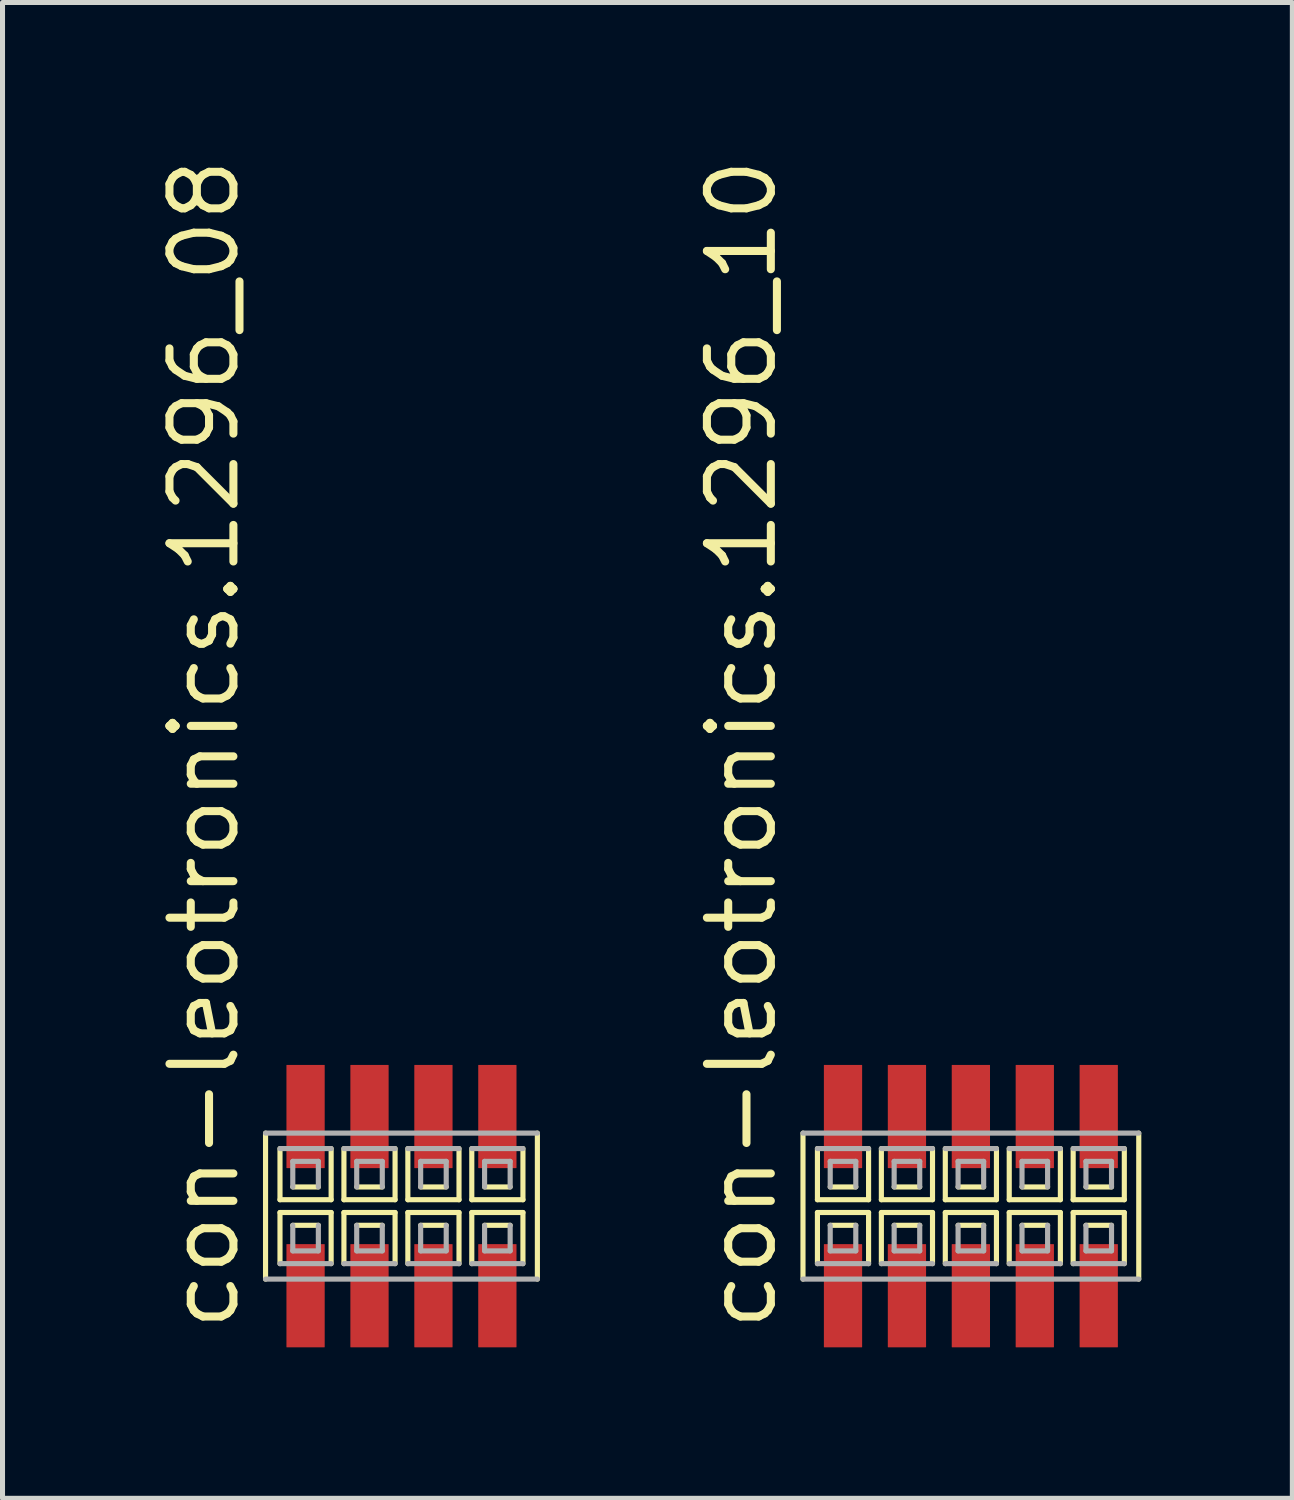
<source format=kicad_pcb>
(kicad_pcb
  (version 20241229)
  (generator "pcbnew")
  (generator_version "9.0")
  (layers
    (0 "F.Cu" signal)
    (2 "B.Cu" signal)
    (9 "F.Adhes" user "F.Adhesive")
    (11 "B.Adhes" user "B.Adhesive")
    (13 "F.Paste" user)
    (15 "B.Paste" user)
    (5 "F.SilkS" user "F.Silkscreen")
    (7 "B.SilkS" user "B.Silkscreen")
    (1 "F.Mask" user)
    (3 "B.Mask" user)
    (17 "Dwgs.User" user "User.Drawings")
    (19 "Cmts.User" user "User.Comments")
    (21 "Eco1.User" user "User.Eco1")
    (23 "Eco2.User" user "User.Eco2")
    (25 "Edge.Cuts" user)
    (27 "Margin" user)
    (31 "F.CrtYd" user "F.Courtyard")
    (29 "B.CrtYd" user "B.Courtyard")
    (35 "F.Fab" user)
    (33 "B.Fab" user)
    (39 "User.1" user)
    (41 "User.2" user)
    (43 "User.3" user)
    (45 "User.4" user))
  (footprint "con-leotronics.1296_08"
    (layer "F.Cu")
    (at 4.925 20.909)
    (property "Reference" "con-leotronics.1296_08" (at -3.175 2.54 90) (layer "F.SilkS") (effects (font (size 1.27 1.27) (thickness 0.16)) (justify left bottom)))
    (attr smd)
    (fp_line (start -2.7 -1.45) (end -2.7 1.45) (stroke (width 0.102) (type default)) (layer "F.SilkS"))
    (fp_line (start -2.413 -1.143) (end -2.413 -0.127) (stroke (width 0.102) (type default)) (layer "F.SilkS"))
    (fp_line (start -2.413 -0.127) (end -1.397 -0.127) (stroke (width 0.102) (type default)) (layer "F.SilkS"))
    (fp_line (start -2.413 0.127) (end -2.413 1.143) (stroke (width 0.102) (type default)) (layer "F.SilkS"))
    (fp_line (start -2.159 -0.381) (end -1.651 -0.381) (stroke (width 0.102) (type default)) (layer "F.SilkS"))
    (fp_line (start -1.651 0.381) (end -2.159 0.381) (stroke (width 0.102) (type default)) (layer "F.SilkS"))
    (fp_line (start -1.397 -0.127) (end -1.397 -1.143) (stroke (width 0.102) (type default)) (layer "F.SilkS"))
    (fp_line (start -1.397 0.127) (end -2.413 0.127) (stroke (width 0.102) (type default)) (layer "F.SilkS"))
    (fp_line (start -1.397 1.143) (end -1.397 0.127) (stroke (width 0.102) (type default)) (layer "F.SilkS"))
    (fp_line (start -1.143 -1.143) (end -1.143 -0.127) (stroke (width 0.102) (type default)) (layer "F.SilkS"))
    (fp_line (start -1.143 -0.127) (end -0.127 -0.127) (stroke (width 0.102) (type default)) (layer "F.SilkS"))
    (fp_line (start -1.143 0.127) (end -1.143 1.143) (stroke (width 0.102) (type default)) (layer "F.SilkS"))
    (fp_line (start -0.889 -0.381) (end -0.381 -0.381) (stroke (width 0.102) (type default)) (layer "F.SilkS"))
    (fp_line (start -0.381 0.381) (end -0.889 0.381) (stroke (width 0.102) (type default)) (layer "F.SilkS"))
    (fp_line (start -0.127 -0.127) (end -0.127 -1.143) (stroke (width 0.102) (type default)) (layer "F.SilkS"))
    (fp_line (start -0.127 0.127) (end -1.143 0.127) (stroke (width 0.102) (type default)) (layer "F.SilkS"))
    (fp_line (start -0.127 1.143) (end -0.127 0.127) (stroke (width 0.102) (type default)) (layer "F.SilkS"))
    (fp_line (start 0.127 -1.143) (end 0.127 -0.127) (stroke (width 0.102) (type default)) (layer "F.SilkS"))
    (fp_line (start 0.127 -0.127) (end 1.143 -0.127) (stroke (width 0.102) (type default)) (layer "F.SilkS"))
    (fp_line (start 0.127 0.127) (end 0.127 1.143) (stroke (width 0.102) (type default)) (layer "F.SilkS"))
    (fp_line (start 0.381 -0.381) (end 0.889 -0.381) (stroke (width 0.102) (type default)) (layer "F.SilkS"))
    (fp_line (start 0.889 0.381) (end 0.381 0.381) (stroke (width 0.102) (type default)) (layer "F.SilkS"))
    (fp_line (start 1.143 -0.127) (end 1.143 -1.143) (stroke (width 0.102) (type default)) (layer "F.SilkS"))
    (fp_line (start 1.143 0.127) (end 0.127 0.127) (stroke (width 0.102) (type default)) (layer "F.SilkS"))
    (fp_line (start 1.143 1.143) (end 1.143 0.127) (stroke (width 0.102) (type default)) (layer "F.SilkS"))
    (fp_line (start 1.397 -1.143) (end 1.397 -0.127) (stroke (width 0.102) (type default)) (layer "F.SilkS"))
    (fp_line (start 1.397 -0.127) (end 2.413 -0.127) (stroke (width 0.102) (type default)) (layer "F.SilkS"))
    (fp_line (start 1.397 0.127) (end 1.397 1.143) (stroke (width 0.102) (type default)) (layer "F.SilkS"))
    (fp_line (start 1.651 -0.381) (end 2.159 -0.381) (stroke (width 0.102) (type default)) (layer "F.SilkS"))
    (fp_line (start 2.159 0.381) (end 1.651 0.381) (stroke (width 0.102) (type default)) (layer "F.SilkS"))
    (fp_line (start 2.413 -0.127) (end 2.413 -1.143) (stroke (width 0.102) (type default)) (layer "F.SilkS"))
    (fp_line (start 2.413 0.127) (end 1.397 0.127) (stroke (width 0.102) (type default)) (layer "F.SilkS"))
    (fp_line (start 2.413 1.143) (end 2.413 0.127) (stroke (width 0.102) (type default)) (layer "F.SilkS"))
    (fp_line (start 2.7 1.45) (end 2.7 -1.45) (stroke (width 0.102) (type default)) (layer "F.SilkS"))
    (fp_line (start -2.7 1.45) (end 2.7 1.45) (stroke (width 0.102) (type default)) (layer "F.Fab"))
    (fp_line (start -2.413 1.143) (end -1.397 1.143) (stroke (width 0.102) (type default)) (layer "F.Fab"))
    (fp_line (start -2.159 -0.889) (end -2.159 -0.381) (stroke (width 0.102) (type default)) (layer "F.Fab"))
    (fp_line (start -2.159 0.381) (end -2.159 0.889) (stroke (width 0.102) (type default)) (layer "F.Fab"))
    (fp_line (start -2.159 0.889) (end -1.651 0.889) (stroke (width 0.102) (type default)) (layer "F.Fab"))
    (fp_line (start -1.651 -0.889) (end -2.159 -0.889) (stroke (width 0.102) (type default)) (layer "F.Fab"))
    (fp_line (start -1.651 -0.381) (end -1.651 -0.889) (stroke (width 0.102) (type default)) (layer "F.Fab"))
    (fp_line (start -1.651 0.889) (end -1.651 0.381) (stroke (width 0.102) (type default)) (layer "F.Fab"))
    (fp_line (start -1.397 -1.143) (end -2.413 -1.143) (stroke (width 0.102) (type default)) (layer "F.Fab"))
    (fp_line (start -1.143 1.143) (end -0.127 1.143) (stroke (width 0.102) (type default)) (layer "F.Fab"))
    (fp_line (start -0.889 -0.889) (end -0.889 -0.381) (stroke (width 0.102) (type default)) (layer "F.Fab"))
    (fp_line (start -0.889 0.381) (end -0.889 0.889) (stroke (width 0.102) (type default)) (layer "F.Fab"))
    (fp_line (start -0.889 0.889) (end -0.381 0.889) (stroke (width 0.102) (type default)) (layer "F.Fab"))
    (fp_line (start -0.381 -0.889) (end -0.889 -0.889) (stroke (width 0.102) (type default)) (layer "F.Fab"))
    (fp_line (start -0.381 -0.381) (end -0.381 -0.889) (stroke (width 0.102) (type default)) (layer "F.Fab"))
    (fp_line (start -0.381 0.889) (end -0.381 0.381) (stroke (width 0.102) (type default)) (layer "F.Fab"))
    (fp_line (start -0.127 -1.143) (end -1.143 -1.143) (stroke (width 0.102) (type default)) (layer "F.Fab"))
    (fp_line (start 0.127 1.143) (end 1.143 1.143) (stroke (width 0.102) (type default)) (layer "F.Fab"))
    (fp_line (start 0.381 -0.889) (end 0.381 -0.381) (stroke (width 0.102) (type default)) (layer "F.Fab"))
    (fp_line (start 0.381 0.381) (end 0.381 0.889) (stroke (width 0.102) (type default)) (layer "F.Fab"))
    (fp_line (start 0.381 0.889) (end 0.889 0.889) (stroke (width 0.102) (type default)) (layer "F.Fab"))
    (fp_line (start 0.889 -0.889) (end 0.381 -0.889) (stroke (width 0.102) (type default)) (layer "F.Fab"))
    (fp_line (start 0.889 -0.381) (end 0.889 -0.889) (stroke (width 0.102) (type default)) (layer "F.Fab"))
    (fp_line (start 0.889 0.889) (end 0.889 0.381) (stroke (width 0.102) (type default)) (layer "F.Fab"))
    (fp_line (start 1.143 -1.143) (end 0.127 -1.143) (stroke (width 0.102) (type default)) (layer "F.Fab"))
    (fp_line (start 1.397 1.143) (end 2.413 1.143) (stroke (width 0.102) (type default)) (layer "F.Fab"))
    (fp_line (start 1.651 -0.889) (end 1.651 -0.381) (stroke (width 0.102) (type default)) (layer "F.Fab"))
    (fp_line (start 1.651 0.381) (end 1.651 0.889) (stroke (width 0.102) (type default)) (layer "F.Fab"))
    (fp_line (start 1.651 0.889) (end 2.159 0.889) (stroke (width 0.102) (type default)) (layer "F.Fab"))
    (fp_line (start 2.159 -0.889) (end 1.651 -0.889) (stroke (width 0.102) (type default)) (layer "F.Fab"))
    (fp_line (start 2.159 -0.381) (end 2.159 -0.889) (stroke (width 0.102) (type default)) (layer "F.Fab"))
    (fp_line (start 2.159 0.889) (end 2.159 0.381) (stroke (width 0.102) (type default)) (layer "F.Fab"))
    (fp_line (start 2.413 -1.143) (end 1.397 -1.143) (stroke (width 0.102) (type default)) (layer "F.Fab"))
    (fp_line (start 2.7 -1.45) (end -2.7 -1.45) (stroke (width 0.102) (type default)) (layer "F.Fab"))
    (pad "1" smd roundrect (at -1.905 1.78) (size 0.76 2.05) (layers "F.Cu" "F.Mask" "F.Paste") (roundrect_rratio 0.01))
    (pad "2" smd roundrect (at -1.905 -1.78) (size 0.76 2.05) (layers "F.Cu" "F.Mask" "F.Paste") (roundrect_rratio 0.01))
    (pad "3" smd roundrect (at -0.635 1.78) (size 0.76 2.05) (layers "F.Cu" "F.Mask" "F.Paste") (roundrect_rratio 0.01))
    (pad "4" smd roundrect (at -0.635 -1.78) (size 0.76 2.05) (layers "F.Cu" "F.Mask" "F.Paste") (roundrect_rratio 0.01))
    (pad "5" smd roundrect (at 0.635 1.78) (size 0.76 2.05) (layers "F.Cu" "F.Mask" "F.Paste") (roundrect_rratio 0.01))
    (pad "6" smd roundrect (at 0.635 -1.78) (size 0.76 2.05) (layers "F.Cu" "F.Mask" "F.Paste") (roundrect_rratio 0.01))
    (pad "7" smd roundrect (at 1.905 1.78) (size 0.76 2.05) (layers "F.Cu" "F.Mask" "F.Paste") (roundrect_rratio 0.01))
    (pad "8" smd roundrect (at 1.905 -1.78) (size 0.76 2.05) (layers "F.Cu" "F.Mask" "F.Paste") (roundrect_rratio 0.01)))
  (footprint "con-leotronics.1296_10"
    (layer "F.Cu")
    (at 16.236 20.909)
    (property "Reference" "con-leotronics.1296_10" (at -3.81 2.54 90) (layer "F.SilkS") (effects (font (size 1.27 1.27) (thickness 0.16)) (justify left bottom)))
    (attr smd)
    (fp_line (start -3.335 -1.45) (end -3.335 1.45) (stroke (width 0.102) (type default)) (layer "F.SilkS"))
    (fp_line (start -3.048 -1.143) (end -3.048 -0.127) (stroke (width 0.102) (type default)) (layer "F.SilkS"))
    (fp_line (start -3.048 -0.127) (end -2.032 -0.127) (stroke (width 0.102) (type default)) (layer "F.SilkS"))
    (fp_line (start -3.048 0.127) (end -3.048 1.143) (stroke (width 0.102) (type default)) (layer "F.SilkS"))
    (fp_line (start -2.794 -0.381) (end -2.286 -0.381) (stroke (width 0.102) (type default)) (layer "F.SilkS"))
    (fp_line (start -2.286 0.381) (end -2.794 0.381) (stroke (width 0.102) (type default)) (layer "F.SilkS"))
    (fp_line (start -2.032 -0.127) (end -2.032 -1.143) (stroke (width 0.102) (type default)) (layer "F.SilkS"))
    (fp_line (start -2.032 0.127) (end -3.048 0.127) (stroke (width 0.102) (type default)) (layer "F.SilkS"))
    (fp_line (start -2.032 1.143) (end -2.032 0.127) (stroke (width 0.102) (type default)) (layer "F.SilkS"))
    (fp_line (start -1.778 -1.143) (end -1.778 -0.127) (stroke (width 0.102) (type default)) (layer "F.SilkS"))
    (fp_line (start -1.778 -0.127) (end -0.762 -0.127) (stroke (width 0.102) (type default)) (layer "F.SilkS"))
    (fp_line (start -1.778 0.127) (end -1.778 1.143) (stroke (width 0.102) (type default)) (layer "F.SilkS"))
    (fp_line (start -1.524 -0.381) (end -1.016 -0.381) (stroke (width 0.102) (type default)) (layer "F.SilkS"))
    (fp_line (start -1.016 0.381) (end -1.524 0.381) (stroke (width 0.102) (type default)) (layer "F.SilkS"))
    (fp_line (start -0.762 -0.127) (end -0.762 -1.143) (stroke (width 0.102) (type default)) (layer "F.SilkS"))
    (fp_line (start -0.762 0.127) (end -1.778 0.127) (stroke (width 0.102) (type default)) (layer "F.SilkS"))
    (fp_line (start -0.762 1.143) (end -0.762 0.127) (stroke (width 0.102) (type default)) (layer "F.SilkS"))
    (fp_line (start -0.508 -1.143) (end -0.508 -0.127) (stroke (width 0.102) (type default)) (layer "F.SilkS"))
    (fp_line (start -0.508 -0.127) (end 0.508 -0.127) (stroke (width 0.102) (type default)) (layer "F.SilkS"))
    (fp_line (start -0.508 0.127) (end -0.508 1.143) (stroke (width 0.102) (type default)) (layer "F.SilkS"))
    (fp_line (start -0.254 -0.381) (end 0.254 -0.381) (stroke (width 0.102) (type default)) (layer "F.SilkS"))
    (fp_line (start 0.254 0.381) (end -0.254 0.381) (stroke (width 0.102) (type default)) (layer "F.SilkS"))
    (fp_line (start 0.508 -0.127) (end 0.508 -1.143) (stroke (width 0.102) (type default)) (layer "F.SilkS"))
    (fp_line (start 0.508 0.127) (end -0.508 0.127) (stroke (width 0.102) (type default)) (layer "F.SilkS"))
    (fp_line (start 0.508 1.143) (end 0.508 0.127) (stroke (width 0.102) (type default)) (layer "F.SilkS"))
    (fp_line (start 0.762 -1.143) (end 0.762 -0.127) (stroke (width 0.102) (type default)) (layer "F.SilkS"))
    (fp_line (start 0.762 -0.127) (end 1.778 -0.127) (stroke (width 0.102) (type default)) (layer "F.SilkS"))
    (fp_line (start 0.762 0.127) (end 0.762 1.143) (stroke (width 0.102) (type default)) (layer "F.SilkS"))
    (fp_line (start 1.016 -0.381) (end 1.524 -0.381) (stroke (width 0.102) (type default)) (layer "F.SilkS"))
    (fp_line (start 1.524 0.381) (end 1.016 0.381) (stroke (width 0.102) (type default)) (layer "F.SilkS"))
    (fp_line (start 1.778 -0.127) (end 1.778 -1.143) (stroke (width 0.102) (type default)) (layer "F.SilkS"))
    (fp_line (start 1.778 0.127) (end 0.762 0.127) (stroke (width 0.102) (type default)) (layer "F.SilkS"))
    (fp_line (start 1.778 1.143) (end 1.778 0.127) (stroke (width 0.102) (type default)) (layer "F.SilkS"))
    (fp_line (start 2.032 -1.143) (end 2.032 -0.127) (stroke (width 0.102) (type default)) (layer "F.SilkS"))
    (fp_line (start 2.032 -0.127) (end 3.048 -0.127) (stroke (width 0.102) (type default)) (layer "F.SilkS"))
    (fp_line (start 2.032 0.127) (end 2.032 1.143) (stroke (width 0.102) (type default)) (layer "F.SilkS"))
    (fp_line (start 2.286 -0.381) (end 2.794 -0.381) (stroke (width 0.102) (type default)) (layer "F.SilkS"))
    (fp_line (start 2.794 0.381) (end 2.286 0.381) (stroke (width 0.102) (type default)) (layer "F.SilkS"))
    (fp_line (start 3.048 -0.127) (end 3.048 -1.143) (stroke (width 0.102) (type default)) (layer "F.SilkS"))
    (fp_line (start 3.048 0.127) (end 2.032 0.127) (stroke (width 0.102) (type default)) (layer "F.SilkS"))
    (fp_line (start 3.048 1.143) (end 3.048 0.127) (stroke (width 0.102) (type default)) (layer "F.SilkS"))
    (fp_line (start 3.335 1.45) (end 3.335 -1.45) (stroke (width 0.102) (type default)) (layer "F.SilkS"))
    (fp_line (start -3.335 1.45) (end 3.335 1.45) (stroke (width 0.102) (type default)) (layer "F.Fab"))
    (fp_line (start -3.048 1.143) (end -2.032 1.143) (stroke (width 0.102) (type default)) (layer "F.Fab"))
    (fp_line (start -2.794 -0.889) (end -2.794 -0.381) (stroke (width 0.102) (type default)) (layer "F.Fab"))
    (fp_line (start -2.794 0.381) (end -2.794 0.889) (stroke (width 0.102) (type default)) (layer "F.Fab"))
    (fp_line (start -2.794 0.889) (end -2.286 0.889) (stroke (width 0.102) (type default)) (layer "F.Fab"))
    (fp_line (start -2.286 -0.889) (end -2.794 -0.889) (stroke (width 0.102) (type default)) (layer "F.Fab"))
    (fp_line (start -2.286 -0.381) (end -2.286 -0.889) (stroke (width 0.102) (type default)) (layer "F.Fab"))
    (fp_line (start -2.286 0.889) (end -2.286 0.381) (stroke (width 0.102) (type default)) (layer "F.Fab"))
    (fp_line (start -2.032 -1.143) (end -3.048 -1.143) (stroke (width 0.102) (type default)) (layer "F.Fab"))
    (fp_line (start -1.778 1.143) (end -0.762 1.143) (stroke (width 0.102) (type default)) (layer "F.Fab"))
    (fp_line (start -1.524 -0.889) (end -1.524 -0.381) (stroke (width 0.102) (type default)) (layer "F.Fab"))
    (fp_line (start -1.524 0.381) (end -1.524 0.889) (stroke (width 0.102) (type default)) (layer "F.Fab"))
    (fp_line (start -1.524 0.889) (end -1.016 0.889) (stroke (width 0.102) (type default)) (layer "F.Fab"))
    (fp_line (start -1.016 -0.889) (end -1.524 -0.889) (stroke (width 0.102) (type default)) (layer "F.Fab"))
    (fp_line (start -1.016 -0.381) (end -1.016 -0.889) (stroke (width 0.102) (type default)) (layer "F.Fab"))
    (fp_line (start -1.016 0.889) (end -1.016 0.381) (stroke (width 0.102) (type default)) (layer "F.Fab"))
    (fp_line (start -0.762 -1.143) (end -1.778 -1.143) (stroke (width 0.102) (type default)) (layer "F.Fab"))
    (fp_line (start -0.508 1.143) (end 0.508 1.143) (stroke (width 0.102) (type default)) (layer "F.Fab"))
    (fp_line (start -0.254 -0.889) (end -0.254 -0.381) (stroke (width 0.102) (type default)) (layer "F.Fab"))
    (fp_line (start -0.254 0.381) (end -0.254 0.889) (stroke (width 0.102) (type default)) (layer "F.Fab"))
    (fp_line (start -0.254 0.889) (end 0.254 0.889) (stroke (width 0.102) (type default)) (layer "F.Fab"))
    (fp_line (start 0.254 -0.889) (end -0.254 -0.889) (stroke (width 0.102) (type default)) (layer "F.Fab"))
    (fp_line (start 0.254 -0.381) (end 0.254 -0.889) (stroke (width 0.102) (type default)) (layer "F.Fab"))
    (fp_line (start 0.254 0.889) (end 0.254 0.381) (stroke (width 0.102) (type default)) (layer "F.Fab"))
    (fp_line (start 0.508 -1.143) (end -0.508 -1.143) (stroke (width 0.102) (type default)) (layer "F.Fab"))
    (fp_line (start 0.762 1.143) (end 1.778 1.143) (stroke (width 0.102) (type default)) (layer "F.Fab"))
    (fp_line (start 1.016 -0.889) (end 1.016 -0.381) (stroke (width 0.102) (type default)) (layer "F.Fab"))
    (fp_line (start 1.016 0.381) (end 1.016 0.889) (stroke (width 0.102) (type default)) (layer "F.Fab"))
    (fp_line (start 1.016 0.889) (end 1.524 0.889) (stroke (width 0.102) (type default)) (layer "F.Fab"))
    (fp_line (start 1.524 -0.889) (end 1.016 -0.889) (stroke (width 0.102) (type default)) (layer "F.Fab"))
    (fp_line (start 1.524 -0.381) (end 1.524 -0.889) (stroke (width 0.102) (type default)) (layer "F.Fab"))
    (fp_line (start 1.524 0.889) (end 1.524 0.381) (stroke (width 0.102) (type default)) (layer "F.Fab"))
    (fp_line (start 1.778 -1.143) (end 0.762 -1.143) (stroke (width 0.102) (type default)) (layer "F.Fab"))
    (fp_line (start 2.032 1.143) (end 3.048 1.143) (stroke (width 0.102) (type default)) (layer "F.Fab"))
    (fp_line (start 2.286 -0.889) (end 2.286 -0.381) (stroke (width 0.102) (type default)) (layer "F.Fab"))
    (fp_line (start 2.286 0.381) (end 2.286 0.889) (stroke (width 0.102) (type default)) (layer "F.Fab"))
    (fp_line (start 2.286 0.889) (end 2.794 0.889) (stroke (width 0.102) (type default)) (layer "F.Fab"))
    (fp_line (start 2.794 -0.889) (end 2.286 -0.889) (stroke (width 0.102) (type default)) (layer "F.Fab"))
    (fp_line (start 2.794 -0.381) (end 2.794 -0.889) (stroke (width 0.102) (type default)) (layer "F.Fab"))
    (fp_line (start 2.794 0.889) (end 2.794 0.381) (stroke (width 0.102) (type default)) (layer "F.Fab"))
    (fp_line (start 3.048 -1.143) (end 2.032 -1.143) (stroke (width 0.102) (type default)) (layer "F.Fab"))
    (fp_line (start 3.335 -1.45) (end -3.335 -1.45) (stroke (width 0.102) (type default)) (layer "F.Fab"))
    (pad "1" smd roundrect (at -2.54 1.78) (size 0.76 2.05) (layers "F.Cu" "F.Mask" "F.Paste") (roundrect_rratio 0.01))
    (pad "2" smd roundrect (at -2.54 -1.78) (size 0.76 2.05) (layers "F.Cu" "F.Mask" "F.Paste") (roundrect_rratio 0.01))
    (pad "3" smd roundrect (at -1.27 1.78) (size 0.76 2.05) (layers "F.Cu" "F.Mask" "F.Paste") (roundrect_rratio 0.01))
    (pad "4" smd roundrect (at -1.27 -1.78) (size 0.76 2.05) (layers "F.Cu" "F.Mask" "F.Paste") (roundrect_rratio 0.01))
    (pad "5" smd roundrect (at 0 1.78) (size 0.76 2.05) (layers "F.Cu" "F.Mask" "F.Paste") (roundrect_rratio 0.01))
    (pad "6" smd roundrect (at 0 -1.78) (size 0.76 2.05) (layers "F.Cu" "F.Mask" "F.Paste") (roundrect_rratio 0.01))
    (pad "7" smd roundrect (at 1.27 1.78) (size 0.76 2.05) (layers "F.Cu" "F.Mask" "F.Paste") (roundrect_rratio 0.01))
    (pad "8" smd roundrect (at 1.27 -1.78) (size 0.76 2.05) (layers "F.Cu" "F.Mask" "F.Paste") (roundrect_rratio 0.01))
    (pad "9" smd roundrect (at 2.54 1.78) (size 0.76 2.05) (layers "F.Cu" "F.Mask" "F.Paste") (roundrect_rratio 0.01))
    (pad "10" smd roundrect (at 2.54 -1.78) (size 0.76 2.05) (layers "F.Cu" "F.Mask" "F.Paste") (roundrect_rratio 0.01)))
  (gr_rect
    (start -3 -3)
    (end 22.622 26.714)
    (stroke (width 0.1) (type default))
    (fill no)
    (layer "Edge.Cuts")))
</source>
